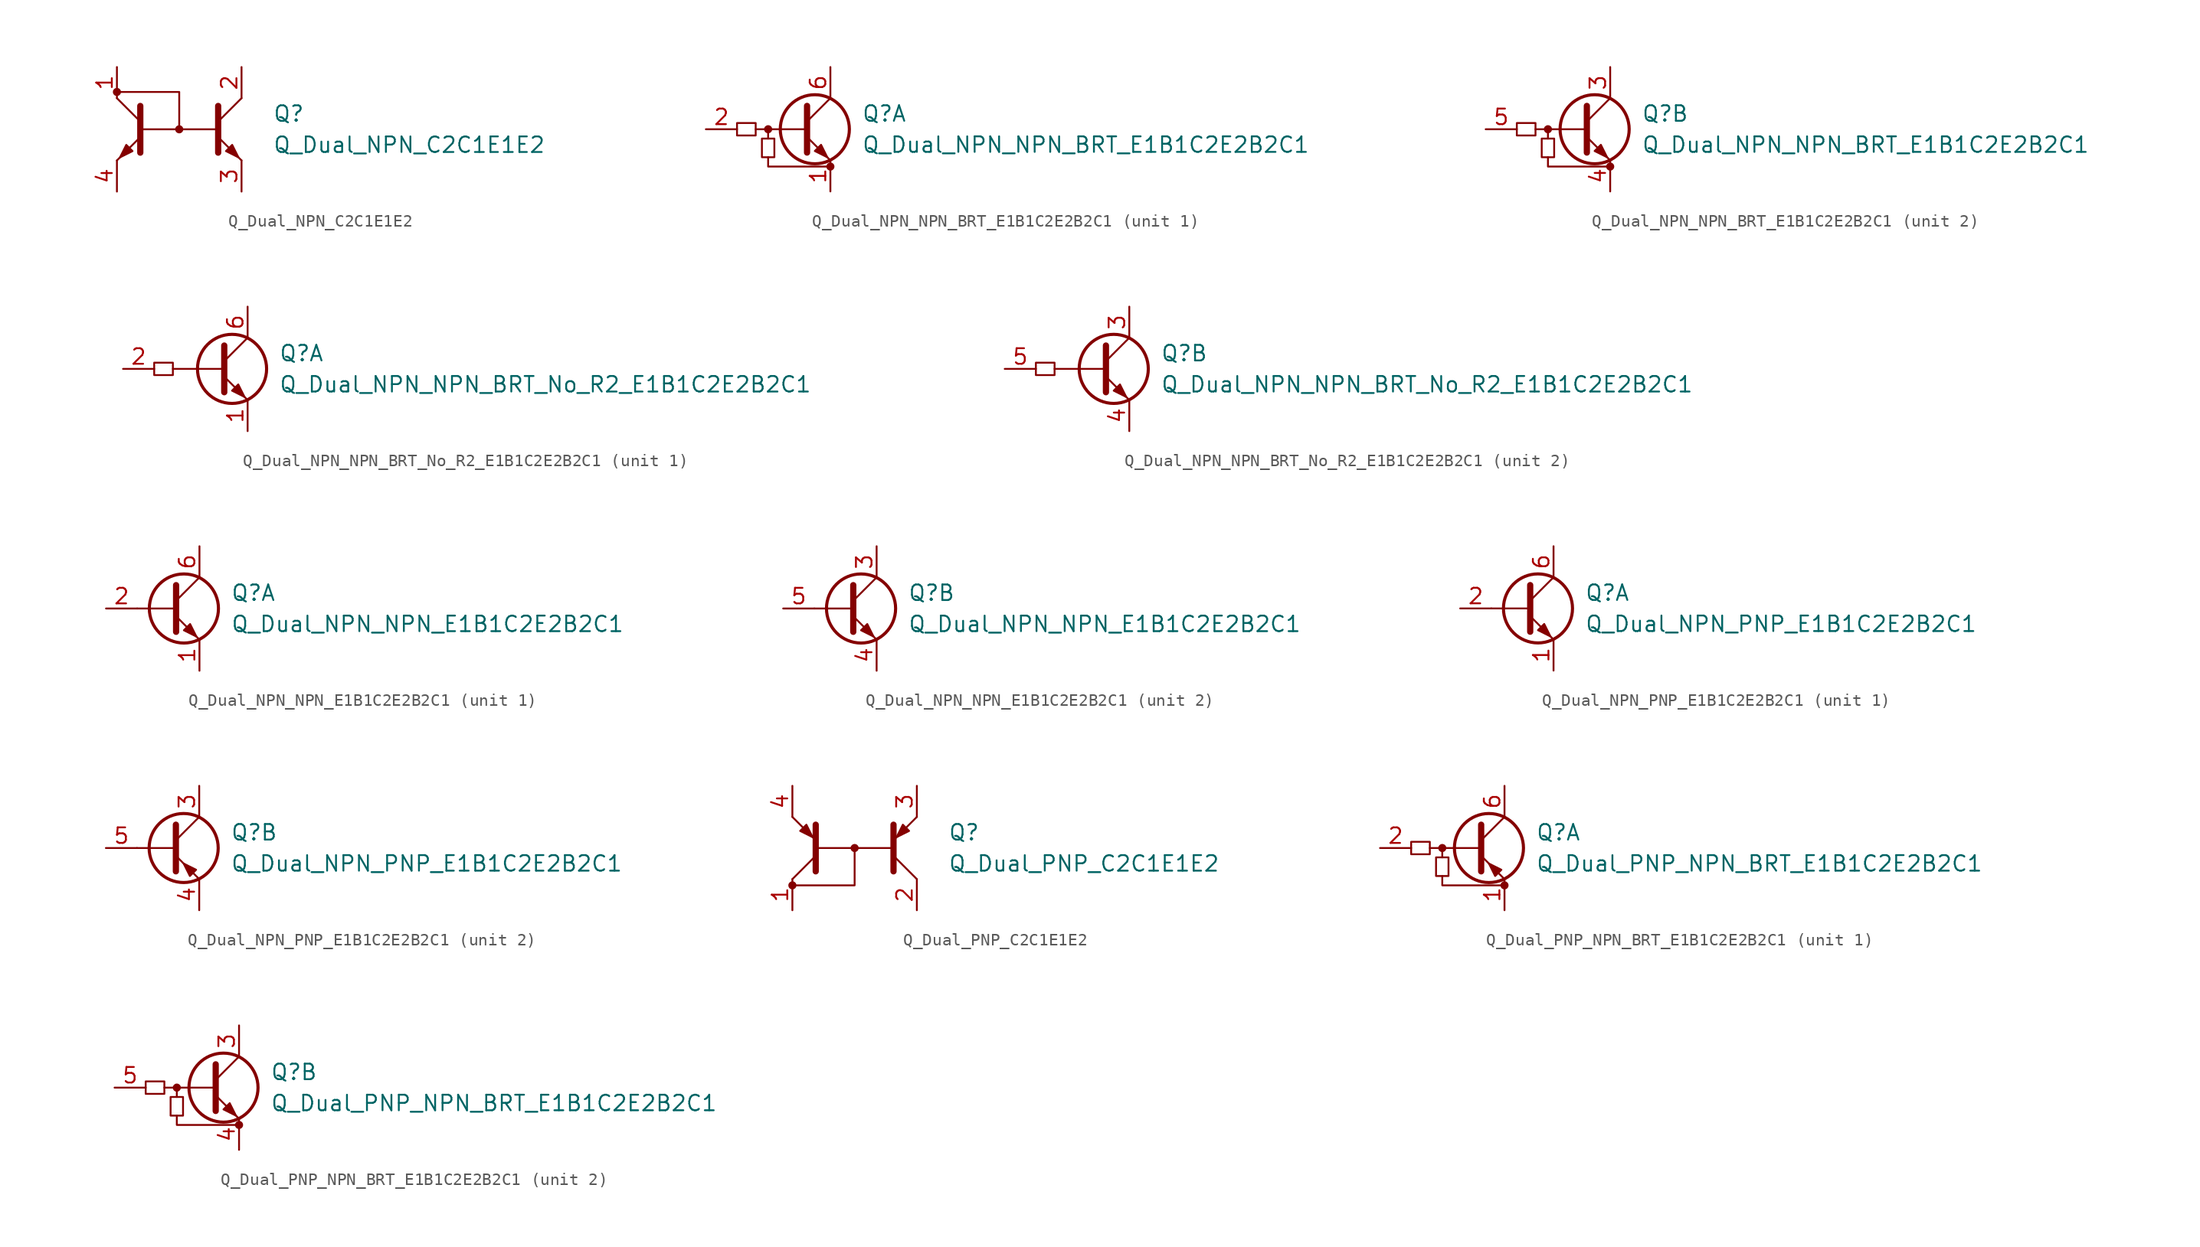
<source format=kicad_sym>
(kicad_symbol_lib
  (version 20231120)
  (generator "kicad_symbol_editor")
  (generator_version "8.0")
  (symbol "Q_Dual_NPN_C2C1E1E2"
    (pin_names
      (offset 0) hide)
    (property "Reference" "Q"
      (at 7.62 1.27 0)
      (effects (font (size 1.27 1.27)) (justify left)))
    (property "Value" "Q_Dual_NPN_C2C1E1E2"
      (at 7.62 -1.27 0)
      (effects (font (size 1.27 1.27)) (justify left)))
    (symbol "Q_Dual_NPN_C2C1E1E2_0_1"
      (circle (center -5.08 3.048) (radius 0.254) (stroke (width 0) (type default)) (fill (type outline)))
      (polyline (pts (xy -5.08 -2.54) (xy -3.175 -0.635)) (stroke (width 0) (type default)) (fill (type none)))
      (polyline (pts (xy -5.08 2.54) (xy -3.175 0.635)) (stroke (width 0) (type default)) (fill (type none)))
      (polyline (pts (xy -3.175 -1.905) (xy -3.175 1.905)) (stroke (width 0.508) (type default)) (fill (type outline)))
      (polyline (pts (xy 3.175 -1.905) (xy 3.175 1.905)) (stroke (width 0.508) (type default)) (fill (type outline)))
      (polyline (pts (xy 3.175 0) (xy -3.175 0)) (stroke (width 0) (type default)) (fill (type none)))
      (polyline (pts (xy 5.08 -2.54) (xy 3.175 -0.635)) (stroke (width 0) (type default)) (fill (type none)))
      (polyline (pts (xy 5.08 2.54) (xy 3.175 0.635)) (stroke (width 0) (type default)) (fill (type none)))
      (polyline (pts (xy 0 0) (xy 0 3.048) (xy -5.08 3.048)) (stroke (width 0) (type default)) (fill (type none)))
      (polyline (pts (xy -3.81 -1.778) (xy -4.318 -1.27) (xy -4.826 -2.286) (xy -3.81 -1.778)) (stroke (width 0) (type default)) (fill (type outline)))
      (polyline (pts (xy 3.81 -1.778) (xy 4.318 -1.27) (xy 4.826 -2.286) (xy 3.81 -1.778)) (stroke (width 0) (type default)) (fill (type outline)))
      (circle (center 0 0) (radius 0.254) (stroke (width 0) (type default)) (fill (type outline))))
    (symbol "Q_Dual_NPN_C2C1E1E2_1_1"
      (pin passive line (at -5.08 5.08 270) (length 2.54) (name "C2" (effects (font (size 1.27 1.27)))) (number "1" (effects (font (size 1.27 1.27)))))
      (pin passive line (at 5.08 5.08 270) (length 2.54) (name "C1" (effects (font (size 1.27 1.27)))) (number "2" (effects (font (size 1.27 1.27)))))
      (pin passive line (at 5.08 -5.08 90) (length 2.54) (name "E1" (effects (font (size 1.27 1.27)))) (number "3" (effects (font (size 1.27 1.27)))))
      (pin passive line (at -5.08 -5.08 90) (length 2.54) (name "E2" (effects (font (size 1.27 1.27)))) (number "4" (effects (font (size 1.27 1.27)))))))
  (symbol "Q_Dual_NPN_NPN_BRT_E1B1C2E2B2C1"
    (pin_names hide)
    (property "Reference" "Q"
      (at 3.81 1.27 0)
      (effects (font (size 1.27 1.27)) (justify left)))
    (property "Value" "Q_Dual_NPN_NPN_BRT_E1B1C2E2B2C1"
      (at 3.81 -1.27 0)
      (effects (font (size 1.27 1.27)) (justify left)))
    (symbol "Q_Dual_NPN_NPN_BRT_E1B1C2E2B2C1_0_1"
      (rectangle (start -6.35 0.508) (end -4.826 -0.508) (stroke (width 0) (type default)) (fill (type none)))
      (rectangle (start -4.318 -2.286) (end -3.302 -0.762) (stroke (width 0) (type default)) (fill (type none)))
      (circle (center -3.81 0) (radius 0.254) (stroke (width 0) (type default)) (fill (type outline)))
      (polyline (pts (xy -3.81 -0.762) (xy -3.81 0)) (stroke (width 0) (type default)) (fill (type none)))
      (polyline (pts (xy -0.762 0) (xy -4.826 0)) (stroke (width 0) (type default)) (fill (type none)))
      (polyline (pts (xy -0.635 -0.635) (xy 1.27 -2.54)) (stroke (width 0) (type default)) (fill (type none)))
      (polyline (pts (xy -0.635 0.635) (xy 1.27 2.54)) (stroke (width 0) (type default)) (fill (type none)))
      (polyline (pts (xy -0.635 1.905) (xy -0.635 -1.905)) (stroke (width 0.508) (type default)) (fill (type none)))
      (polyline (pts (xy -3.81 -2.286) (xy -3.81 -3.048) (xy 1.27 -3.048)) (stroke (width 0) (type default)) (fill (type none)))
      (polyline (pts (xy 0 -1.778) (xy 0.508 -1.27) (xy 1.016 -2.286) (xy 0 -1.778)) (stroke (width 0) (type default)) (fill (type outline)))
      (circle (center 1.27 -3.048) (radius 0.254) (stroke (width 0) (type default)) (fill (type outline))))
    (symbol "Q_Dual_NPN_NPN_BRT_E1B1C2E2B2C1_1_1"
      (circle (center 0 0) (radius 2.819) (stroke (width 0.254) (type default)) (fill (type none)))
      (pin passive line (at 1.27 -5.08 90) (length 2.54) (name "E1" (effects (font (size 1.27 1.27)))) (number "1" (effects (font (size 1.27 1.27)))))
      (pin input line (at -8.89 0 0) (length 2.54) (name "B1" (effects (font (size 1.27 1.27)))) (number "2" (effects (font (size 1.27 1.27)))))
      (pin passive line (at 1.27 5.08 270) (length 2.54) (name "C1" (effects (font (size 1.27 1.27)))) (number "6" (effects (font (size 1.27 1.27))))))
    (symbol "Q_Dual_NPN_NPN_BRT_E1B1C2E2B2C1_2_1"
      (circle (center 0 0) (radius 2.819) (stroke (width 0.254) (type default)) (fill (type none)))
      (pin passive line (at 1.27 5.08 270) (length 2.54) (name "C2" (effects (font (size 1.27 1.27)))) (number "3" (effects (font (size 1.27 1.27)))))
      (pin passive line (at 1.27 -5.08 90) (length 2.54) (name "E2" (effects (font (size 1.27 1.27)))) (number "4" (effects (font (size 1.27 1.27)))))
      (pin input line (at -8.89 0 0) (length 2.54) (name "B2" (effects (font (size 1.27 1.27)))) (number "5" (effects (font (size 1.27 1.27)))))))
  (symbol "Q_Dual_NPN_NPN_BRT_No_R2_E1B1C2E2B2C1"
    (pin_names hide)
    (property "Reference" "Q"
      (at 3.81 1.27 0)
      (effects (font (size 1.27 1.27)) (justify left)))
    (property "Value" "Q_Dual_NPN_NPN_BRT_No_R2_E1B1C2E2B2C1"
      (at 3.81 -1.27 0)
      (effects (font (size 1.27 1.27)) (justify left)))
    (symbol "Q_Dual_NPN_NPN_BRT_No_R2_E1B1C2E2B2C1_0_1"
      (rectangle (start -6.35 0.508) (end -4.826 -0.508) (stroke (width 0) (type default)) (fill (type none)))
      (polyline (pts (xy -0.762 0) (xy -4.826 0)) (stroke (width 0) (type default)) (fill (type none)))
      (polyline (pts (xy -0.635 -0.635) (xy 1.27 -2.54)) (stroke (width 0) (type default)) (fill (type none)))
      (polyline (pts (xy -0.635 0.635) (xy 1.27 2.54)) (stroke (width 0) (type default)) (fill (type none)))
      (polyline (pts (xy -0.635 1.905) (xy -0.635 -1.905)) (stroke (width 0.508) (type default)) (fill (type none)))
      (polyline (pts (xy 0 -1.778) (xy 0.508 -1.27) (xy 1.016 -2.286) (xy 0 -1.778)) (stroke (width 0) (type default)) (fill (type outline))))
    (symbol "Q_Dual_NPN_NPN_BRT_No_R2_E1B1C2E2B2C1_1_1"
      (circle (center 0 0) (radius 2.819) (stroke (width 0.254) (type default)) (fill (type none)))
      (pin passive line (at 1.27 -5.08 90) (length 2.54) (name "E1" (effects (font (size 1.27 1.27)))) (number "1" (effects (font (size 1.27 1.27)))))
      (pin input line (at -8.89 0 0) (length 2.54) (name "B1" (effects (font (size 1.27 1.27)))) (number "2" (effects (font (size 1.27 1.27)))))
      (pin passive line (at 1.27 5.08 270) (length 2.54) (name "C1" (effects (font (size 1.27 1.27)))) (number "6" (effects (font (size 1.27 1.27))))))
    (symbol "Q_Dual_NPN_NPN_BRT_No_R2_E1B1C2E2B2C1_2_1"
      (circle (center 0 0) (radius 2.819) (stroke (width 0.254) (type default)) (fill (type none)))
      (pin passive line (at 1.27 5.08 270) (length 2.54) (name "C2" (effects (font (size 1.27 1.27)))) (number "3" (effects (font (size 1.27 1.27)))))
      (pin passive line (at 1.27 -5.08 90) (length 2.54) (name "E2" (effects (font (size 1.27 1.27)))) (number "4" (effects (font (size 1.27 1.27)))))
      (pin input line (at -8.89 0 0) (length 2.54) (name "B2" (effects (font (size 1.27 1.27)))) (number "5" (effects (font (size 1.27 1.27)))))))
  (symbol "Q_Dual_NPN_NPN_E1B1C2E2B2C1"
    (pin_names
      (offset 0) hide)
    (property "Reference" "Q"
      (at 5.08 1.27 0)
      (effects (font (size 1.27 1.27)) (justify left)))
    (property "Value" "Q_Dual_NPN_NPN_E1B1C2E2B2C1"
      (at 5.08 -1.27 0)
      (effects (font (size 1.27 1.27)) (justify left)))
    (property "ki_locked" ""
      (at 0 0 0)
      (effects (font (size 1.27 1.27))))
    (symbol "Q_Dual_NPN_NPN_E1B1C2E2B2C1_0_1"
      (polyline (pts (xy 0.635 -0.635) (xy 2.54 -2.54)) (stroke (width 0) (type default)) (fill (type none)))
      (polyline (pts (xy 0.635 0) (xy -2.54 0)) (stroke (width 0) (type default)) (fill (type none)))
      (polyline (pts (xy 0.635 0.635) (xy 2.54 2.54)) (stroke (width 0) (type default)) (fill (type none)))
      (polyline (pts (xy 0.635 1.905) (xy 0.635 -1.905)) (stroke (width 0.508) (type default)) (fill (type none)))
      (polyline (pts (xy 1.27 -1.778) (xy 1.778 -1.27) (xy 2.286 -2.286) (xy 1.27 -1.778)) (stroke (width 0) (type default)) (fill (type outline)))
      (circle (center 1.27 0) (radius 2.819) (stroke (width 0.254) (type default)) (fill (type none))))
    (symbol "Q_Dual_NPN_NPN_E1B1C2E2B2C1_1_1"
      (pin passive line (at 2.54 -5.08 90) (length 2.54) (name "E1" (effects (font (size 1.27 1.27)))) (number "1" (effects (font (size 1.27 1.27)))))
      (pin input line (at -5.08 0 0) (length 2.54) (name "B1" (effects (font (size 1.27 1.27)))) (number "2" (effects (font (size 1.27 1.27)))))
      (pin passive line (at 2.54 5.08 270) (length 2.54) (name "C1" (effects (font (size 1.27 1.27)))) (number "6" (effects (font (size 1.27 1.27))))))
    (symbol "Q_Dual_NPN_NPN_E1B1C2E2B2C1_2_1"
      (pin passive line (at 2.54 5.08 270) (length 2.54) (name "C2" (effects (font (size 1.27 1.27)))) (number "3" (effects (font (size 1.27 1.27)))))
      (pin passive line (at 2.54 -5.08 90) (length 2.54) (name "E2" (effects (font (size 1.27 1.27)))) (number "4" (effects (font (size 1.27 1.27)))))
      (pin input line (at -5.08 0 0) (length 2.54) (name "B2" (effects (font (size 1.27 1.27)))) (number "5" (effects (font (size 1.27 1.27)))))))
  (symbol "Q_Dual_NPN_PNP_E1B1C2E2B2C1"
    (pin_names
      (offset 0) hide)
    (property "Reference" "Q"
      (at 5.08 1.27 0)
      (effects (font (size 1.27 1.27)) (justify left)))
    (property "Value" "Q_Dual_NPN_PNP_E1B1C2E2B2C1"
      (at 5.08 -1.27 0)
      (effects (font (size 1.27 1.27)) (justify left)))
    (property "ki_locked" ""
      (at 0 0 0)
      (effects (font (size 1.27 1.27))))
    (symbol "Q_Dual_NPN_PNP_E1B1C2E2B2C1_0_1"
      (polyline (pts (xy 0.635 -0.635) (xy 2.54 -2.54)) (stroke (width 0) (type default)) (fill (type none)))
      (polyline (pts (xy 0.635 0) (xy -2.54 0)) (stroke (width 0) (type default)) (fill (type none)))
      (polyline (pts (xy 0.635 0.635) (xy 2.54 2.54)) (stroke (width 0) (type default)) (fill (type none)))
      (polyline (pts (xy 0.635 1.905) (xy 0.635 -1.905)) (stroke (width 0.508) (type default)) (fill (type none)))
      (circle (center 1.27 0) (radius 2.819) (stroke (width 0.254) (type default)) (fill (type none))))
    (symbol "Q_Dual_NPN_PNP_E1B1C2E2B2C1_1_1"
      (polyline (pts (xy 1.27 -1.778) (xy 1.778 -1.27) (xy 2.286 -2.286) (xy 1.27 -1.778)) (stroke (width 0) (type default)) (fill (type outline)))
      (pin passive line (at 2.54 -5.08 90) (length 2.54) (name "E1" (effects (font (size 1.27 1.27)))) (number "1" (effects (font (size 1.27 1.27)))))
      (pin input line (at -5.08 0 0) (length 2.54) (name "B1" (effects (font (size 1.27 1.27)))) (number "2" (effects (font (size 1.27 1.27)))))
      (pin passive line (at 2.54 5.08 270) (length 2.54) (name "C1" (effects (font (size 1.27 1.27)))) (number "6" (effects (font (size 1.27 1.27))))))
    (symbol "Q_Dual_NPN_PNP_E1B1C2E2B2C1_2_1"
      (polyline (pts (xy 2.286 -1.778) (xy 1.778 -2.286) (xy 1.27 -1.27) (xy 2.286 -1.778)) (stroke (width 0) (type default)) (fill (type outline)))
      (pin passive line (at 2.54 5.08 270) (length 2.54) (name "C2" (effects (font (size 1.27 1.27)))) (number "3" (effects (font (size 1.27 1.27)))))
      (pin passive line (at 2.54 -5.08 90) (length 2.54) (name "E2" (effects (font (size 1.27 1.27)))) (number "4" (effects (font (size 1.27 1.27)))))
      (pin input line (at -5.08 0 0) (length 2.54) (name "B2" (effects (font (size 1.27 1.27)))) (number "5" (effects (font (size 1.27 1.27)))))))
  (symbol "Q_Dual_PNP_C2C1E1E2"
    (pin_names
      (offset 0) hide)
    (property "Reference" "Q"
      (at 7.62 1.27 0)
      (effects (font (size 1.27 1.27)) (justify left)))
    (property "Value" "Q_Dual_PNP_C2C1E1E2"
      (at 7.62 -1.27 0)
      (effects (font (size 1.27 1.27)) (justify left)))
    (symbol "Q_Dual_PNP_C2C1E1E2_0_1"
      (circle (center -5.08 -3.048) (radius 0.254) (stroke (width 0) (type default)) (fill (type outline)))
      (polyline (pts (xy -5.08 -2.54) (xy -3.175 -0.635)) (stroke (width 0) (type default)) (fill (type none)))
      (polyline (pts (xy -5.08 2.54) (xy -3.175 0.635)) (stroke (width 0) (type default)) (fill (type none)))
      (polyline (pts (xy -3.175 -1.905) (xy -3.175 1.905)) (stroke (width 0.508) (type default)) (fill (type outline)))
      (polyline (pts (xy 3.175 -1.905) (xy 3.175 1.905)) (stroke (width 0.508) (type default)) (fill (type outline)))
      (polyline (pts (xy 3.175 0) (xy -3.175 0)) (stroke (width 0) (type default)) (fill (type none)))
      (polyline (pts (xy 5.08 -2.54) (xy 3.175 -0.635)) (stroke (width 0) (type default)) (fill (type none)))
      (polyline (pts (xy 5.08 2.54) (xy 3.175 0.635)) (stroke (width 0) (type default)) (fill (type none)))
      (polyline (pts (xy 0 0) (xy 0 -3.048) (xy -5.08 -3.048)) (stroke (width 0) (type default)) (fill (type none)))
      (polyline (pts (xy -3.937 1.905) (xy -4.445 1.397) (xy -3.429 0.889) (xy -3.937 1.905)) (stroke (width 0) (type default)) (fill (type outline)))
      (polyline (pts (xy 3.937 1.905) (xy 4.445 1.397) (xy 3.429 0.889) (xy 3.937 1.905)) (stroke (width 0) (type default)) (fill (type outline)))
      (circle (center 0 0) (radius 0.254) (stroke (width 0) (type default)) (fill (type outline))))
    (symbol "Q_Dual_PNP_C2C1E1E2_1_1"
      (pin passive line (at -5.08 -5.08 90) (length 2.54) (name "C2" (effects (font (size 1.27 1.27)))) (number "1" (effects (font (size 1.27 1.27)))))
      (pin passive line (at 5.08 -5.08 90) (length 2.54) (name "C1" (effects (font (size 1.27 1.27)))) (number "2" (effects (font (size 1.27 1.27)))))
      (pin passive line (at 5.08 5.08 270) (length 2.54) (name "E1" (effects (font (size 1.27 1.27)))) (number "3" (effects (font (size 1.27 1.27)))))
      (pin passive line (at -5.08 5.08 270) (length 2.54) (name "E2" (effects (font (size 1.27 1.27)))) (number "4" (effects (font (size 1.27 1.27)))))))
  (symbol "Q_Dual_PNP_NPN_BRT_E1B1C2E2B2C1"
    (pin_names hide)
    (property "Reference" "Q"
      (at 3.81 1.27 0)
      (effects (font (size 1.27 1.27)) (justify left)))
    (property "Value" "Q_Dual_PNP_NPN_BRT_E1B1C2E2B2C1"
      (at 3.81 -1.27 0)
      (effects (font (size 1.27 1.27)) (justify left)))
    (symbol "Q_Dual_PNP_NPN_BRT_E1B1C2E2B2C1_0_1"
      (rectangle (start -6.35 0.508) (end -4.826 -0.508) (stroke (width 0) (type default)) (fill (type none)))
      (rectangle (start -4.318 -2.286) (end -3.302 -0.762) (stroke (width 0) (type default)) (fill (type none)))
      (circle (center -3.81 0) (radius 0.254) (stroke (width 0) (type default)) (fill (type outline)))
      (polyline (pts (xy -3.81 -0.762) (xy -3.81 0)) (stroke (width 0) (type default)) (fill (type none)))
      (polyline (pts (xy -0.762 0) (xy -4.826 0)) (stroke (width 0) (type default)) (fill (type none)))
      (polyline (pts (xy -0.635 -0.635) (xy 1.27 -2.54)) (stroke (width 0) (type default)) (fill (type none)))
      (polyline (pts (xy -0.635 0.635) (xy 1.27 2.54)) (stroke (width 0) (type default)) (fill (type none)))
      (polyline (pts (xy -0.635 1.905) (xy -0.635 -1.905)) (stroke (width 0.508) (type default)) (fill (type none)))
      (polyline (pts (xy -3.81 -2.286) (xy -3.81 -3.048) (xy 1.27 -3.048)) (stroke (width 0) (type default)) (fill (type none)))
      (circle (center 1.27 -3.048) (radius 0.254) (stroke (width 0) (type default)) (fill (type outline))))
    (symbol "Q_Dual_PNP_NPN_BRT_E1B1C2E2B2C1_1_1"
      (polyline (pts (xy 1.016 -1.778) (xy 0.508 -2.286) (xy 0 -1.27) (xy 1.016 -1.778)) (stroke (width 0) (type default)) (fill (type outline)))
      (circle (center 0 0) (radius 2.819) (stroke (width 0.254) (type default)) (fill (type none)))
      (pin passive line (at 1.27 -5.08 90) (length 2.54) (name "E1" (effects (font (size 1.27 1.27)))) (number "1" (effects (font (size 1.27 1.27)))))
      (pin input line (at -8.89 0 0) (length 2.54) (name "B1" (effects (font (size 1.27 1.27)))) (number "2" (effects (font (size 1.27 1.27)))))
      (pin passive line (at 1.27 5.08 270) (length 2.54) (name "C1" (effects (font (size 1.27 1.27)))) (number "6" (effects (font (size 1.27 1.27))))))
    (symbol "Q_Dual_PNP_NPN_BRT_E1B1C2E2B2C1_2_1"
      (polyline (pts (xy 0 -1.778) (xy 0.508 -1.27) (xy 1.016 -2.286) (xy 0 -1.778)) (stroke (width 0) (type default)) (fill (type outline)))
      (circle (center 0 0) (radius 2.819) (stroke (width 0.254) (type default)) (fill (type none)))
      (pin passive line (at 1.27 5.08 270) (length 2.54) (name "C2" (effects (font (size 1.27 1.27)))) (number "3" (effects (font (size 1.27 1.27)))))
      (pin passive line (at 1.27 -5.08 90) (length 2.54) (name "E2" (effects (font (size 1.27 1.27)))) (number "4" (effects (font (size 1.27 1.27)))))
      (pin input line (at -8.89 0 0) (length 2.54) (name "B2" (effects (font (size 1.27 1.27)))) (number "5" (effects (font (size 1.27 1.27))))))))
</source>
